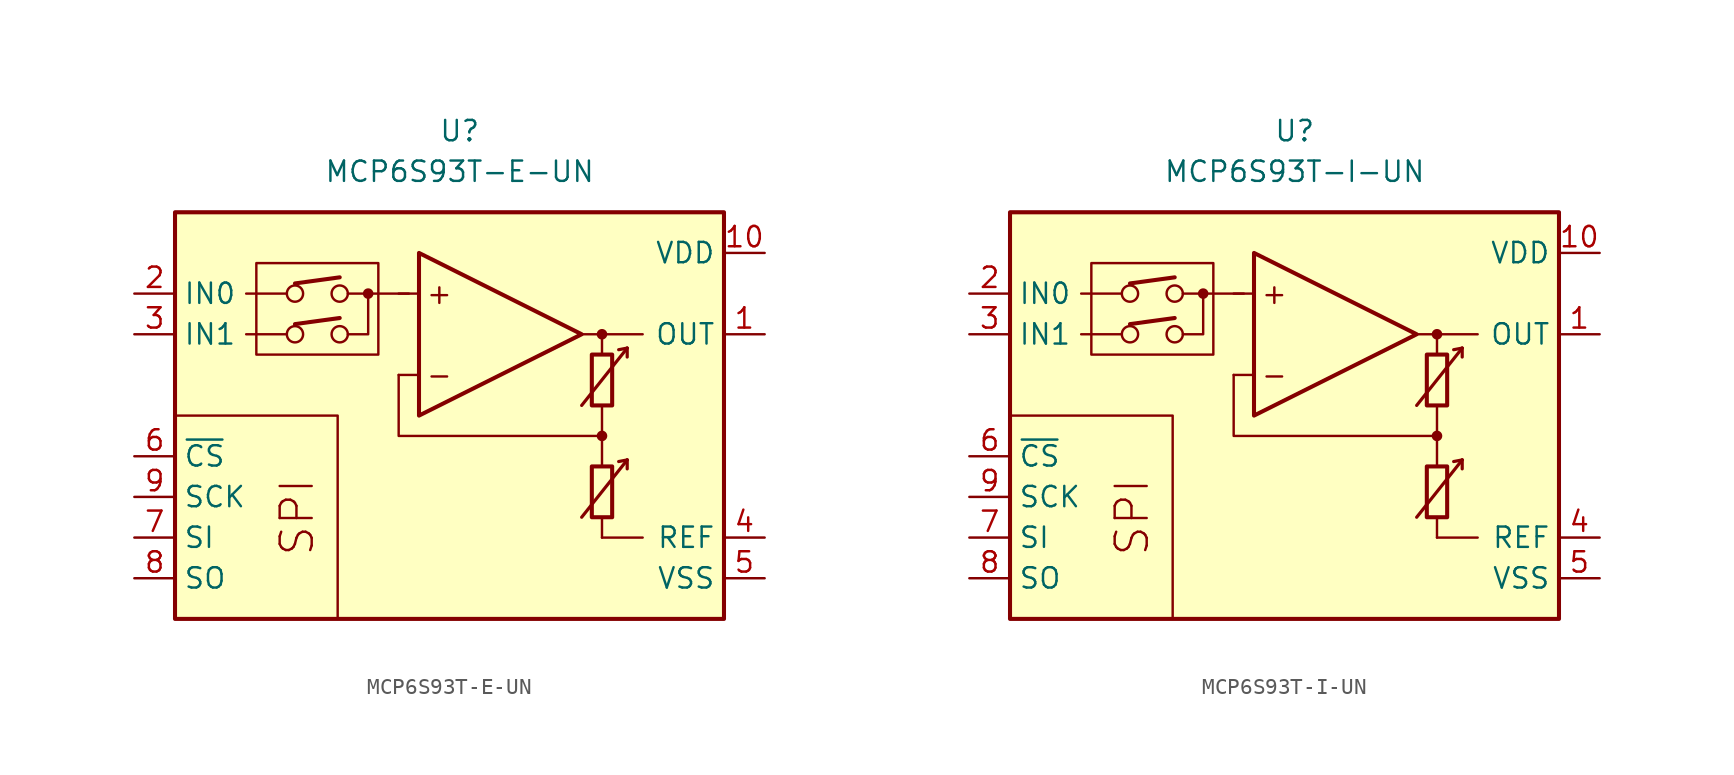
<source format=kicad_sym>
(kicad_symbol_lib
  (version 20211014)
  (generator kicad_symbol_editor)
  (symbol "MCP6S93T-E-UN"
    (property "Reference" "U"
      (at 0 17.78 0)
      (effects (font (size 1.27 1.27))))
    (property "Value" "MCP6S93T-E-UN"
      (at 0 15.24 0)
      (effects (font (size 1.27 1.27))))
    (symbol "MCP6S93T-E-UN_0_0"
      (rectangle (start -12.7 9.525) (end -5.08 3.81) (stroke (width 0.152) (type default) (color 0 0 0 0)) (fill (type none)))
      (circle (center -10.287 5.08) (radius 0.508) (stroke (width 0) (type default) (color 0 0 0 0)) (fill (type none)))
      (circle (center -10.287 7.62) (radius 0.508) (stroke (width 0) (type default) (color 0 0 0 0)) (fill (type none)))
      (circle (center -7.493 5.08) (radius 0.508) (stroke (width 0) (type default) (color 0 0 0 0)) (fill (type none)))
      (circle (center -7.493 7.62) (radius 0.508) (stroke (width 0) (type default) (color 0 0 0 0)) (fill (type none)))
      (circle (center -5.715 7.62) (radius 0.254) (stroke (width 0.152) (type default) (color 0 0 0 0)) (fill (type outline)))
      (polyline (pts (xy 8.89 -3.81)) (stroke (width 0.152) (type default) (color 0 0 0 0)) (fill (type none)))
      (polyline (pts (xy 8.89 3.81)) (stroke (width 0.152) (type default) (color 0 0 0 0)) (fill (type none)))
      (polyline (pts (xy -10.795 5.08) (xy -13.335 5.08)) (stroke (width 0.152) (type default) (color 0 0 0 0)) (fill (type none)))
      (polyline (pts (xy -10.795 7.62) (xy -13.335 7.62)) (stroke (width 0.152) (type default) (color 0 0 0 0)) (fill (type none)))
      (polyline (pts (xy -10.287 5.715) (xy -7.493 6.096)) (stroke (width 0.254) (type default) (color 0 0 0 0)) (fill (type none)))
      (polyline (pts (xy -10.287 8.255) (xy -7.493 8.636)) (stroke (width 0.254) (type default) (color 0 0 0 0)) (fill (type none)))
      (polyline (pts (xy -3.175 7.62) (xy -6.985 7.62)) (stroke (width 0.152) (type default) (color 0 0 0 0)) (fill (type none)))
      (polyline (pts (xy -2.54 2.54) (xy -3.81 2.54)) (stroke (width 0.152) (type default) (color 0 0 0 0)) (fill (type none)))
      (polyline (pts (xy -2.54 7.62) (xy -3.81 7.62)) (stroke (width 0.152) (type default) (color 0 0 0 0)) (fill (type none)))
      (polyline (pts (xy 7.62 5.08) (xy 11.43 5.08)) (stroke (width 0.152) (type default) (color 0 0 0 0)) (fill (type none)))
      (polyline (pts (xy 8.89 -6.35) (xy 8.89 -7.62)) (stroke (width 0.152) (type default) (color 0 0 0 0)) (fill (type none)))
      (polyline (pts (xy 8.89 -1.27) (xy 8.89 -3.175)) (stroke (width 0.152) (type default) (color 0 0 0 0)) (fill (type none)))
      (polyline (pts (xy 8.89 0.635) (xy 8.89 -1.27)) (stroke (width 0.152) (type default) (color 0 0 0 0)) (fill (type none)))
      (polyline (pts (xy 8.89 5.08) (xy 8.89 3.81)) (stroke (width 0.152) (type default) (color 0 0 0 0)) (fill (type none)))
      (polyline (pts (xy -7.62 -12.7) (xy -7.62 0) (xy -17.78 0)) (stroke (width 0.152) (type default) (color 0 0 0 0)) (fill (type none)))
      (polyline (pts (xy -6.985 5.08) (xy -5.715 5.08) (xy -5.715 7.62)) (stroke (width 0.152) (type default) (color 0 0 0 0)) (fill (type none)))
      (polyline (pts (xy 8.89 -1.27) (xy -3.81 -1.27) (xy -3.81 2.54)) (stroke (width 0.152) (type default) (color 0 0 0 0)) (fill (type none)))
      (circle (center 8.89 -1.27) (radius 0.254) (stroke (width 0.152) (type default) (color 0 0 0 0)) (fill (type outline)))
      (circle (center 8.89 5.08) (radius 0.254) (stroke (width 0.152) (type default) (color 0 0 0 0)) (fill (type outline)))
      (text "+" (at -1.27 7.62 0) (effects (font (size 1.27 1.27))))
      (text "-" (at -1.27 2.54 0) (effects (font (size 1.27 1.27))))
      (text "SPI" (at -10.16 -6.35 900) (effects (font (size 2 2)))))
    (symbol "MCP6S93T-E-UN_0_1"
      (rectangle (start -17.78 12.7) (end 16.51 -12.7) (stroke (width 0.254) (type default) (color 0 0 0 0)) (fill (type background)))
      (polyline (pts (xy 8.89 -7.62) (xy 11.43 -7.62)) (stroke (width 0.152) (type default) (color 0 0 0 0)) (fill (type none)))
      (polyline (pts (xy 10.465 -2.769) (xy 9.931 -2.87)) (stroke (width 0.2) (type default) (color 0 0 0 0)) (fill (type none)))
      (polyline (pts (xy 10.465 -2.769) (xy 10.465 -3.327)) (stroke (width 0.2) (type default) (color 0 0 0 0)) (fill (type none)))
      (polyline (pts (xy 10.465 4.216) (xy 9.931 4.115)) (stroke (width 0.2) (type default) (color 0 0 0 0)) (fill (type none)))
      (polyline (pts (xy 10.465 4.216) (xy 10.465 3.658)) (stroke (width 0.2) (type default) (color 0 0 0 0)) (fill (type none)))
      (polyline (pts (xy -2.54 10.16) (xy -2.54 0) (xy 7.62 5.08) (xy -2.54 10.16)) (stroke (width 0.254) (type default) (color 0 0 0 0)) (fill (type background)))
      (polyline (pts (xy 7.62 -6.35) (xy 10.465 -2.769) (xy 10.465 -2.769) (xy 10.465 -2.769)) (stroke (width 0.2) (type default) (color 0 0 0 0)) (fill (type none)))
      (polyline (pts (xy 7.62 0.635) (xy 10.465 4.216) (xy 10.465 4.216) (xy 10.465 4.216)) (stroke (width 0.2) (type default) (color 0 0 0 0)) (fill (type none)))
      (rectangle (start 8.255 -3.175) (end 9.525 -6.35) (stroke (width 0.254) (type default) (color 0 0 0 0)) (fill (type none)))
      (rectangle (start 8.255 3.81) (end 9.525 0.635) (stroke (width 0.254) (type default) (color 0 0 0 0)) (fill (type none))))
    (symbol "MCP6S93T-E-UN_1_1"
      (pin output line (at 19.05 5.08 180) (length 2.54) (name "OUT" (effects (font (size 1.27 1.27)))) (number "1" (effects (font (size 1.27 1.27)))))
      (pin power_in line (at 19.05 10.16 180) (length 2.54) (name "VDD" (effects (font (size 1.27 1.27)))) (number "10" (effects (font (size 1.27 1.27)))))
      (pin input line (at -20.32 7.62 0) (length 2.54) (name "IN0" (effects (font (size 1.27 1.27)))) (number "2" (effects (font (size 1.27 1.27)))))
      (pin input line (at -20.32 5.08 0) (length 2.54) (name "IN1" (effects (font (size 1.27 1.27)))) (number "3" (effects (font (size 1.27 1.27)))))
      (pin passive line (at 19.05 -7.62 180) (length 2.54) (name "REF" (effects (font (size 1.27 1.27)))) (number "4" (effects (font (size 1.27 1.27)))))
      (pin power_in line (at 19.05 -10.16 180) (length 2.54) (name "VSS" (effects (font (size 1.27 1.27)))) (number "5" (effects (font (size 1.27 1.27)))))
      (pin input line (at -20.32 -2.54 0) (length 2.54) (name "~{CS}" (effects (font (size 1.27 1.27)))) (number "6" (effects (font (size 1.27 1.27)))))
      (pin input line (at -20.32 -7.62 0) (length 2.54) (name "SI" (effects (font (size 1.27 1.27)))) (number "7" (effects (font (size 1.27 1.27)))))
      (pin input line (at -20.32 -10.16 0) (length 2.54) (name "SO" (effects (font (size 1.27 1.27)))) (number "8" (effects (font (size 1.27 1.27)))))
      (pin input line (at -20.32 -5.08 0) (length 2.54) (name "SCK" (effects (font (size 1.27 1.27)))) (number "9" (effects (font (size 1.27 1.27)))))))
  (symbol "MCP6S93T-I-UN"
    (property "Reference" "U"
      (at 0 17.78 0)
      (effects (font (size 1.27 1.27))))
    (property "Value" "MCP6S93T-I-UN"
      (at 0 15.24 0)
      (effects (font (size 1.27 1.27))))
    (symbol "MCP6S93T-I-UN_0_0"
      (rectangle (start -17.78 12.7) (end 16.51 -12.7) (stroke (width 0.254) (type default) (color 0 0 0 0)) (fill (type background)))
      (rectangle (start -12.7 9.525) (end -5.08 3.81) (stroke (width 0.152) (type default) (color 0 0 0 0)) (fill (type none)))
      (circle (center -10.287 5.08) (radius 0.508) (stroke (width 0) (type default) (color 0 0 0 0)) (fill (type none)))
      (circle (center -10.287 7.62) (radius 0.508) (stroke (width 0) (type default) (color 0 0 0 0)) (fill (type none)))
      (circle (center -7.493 5.08) (radius 0.508) (stroke (width 0) (type default) (color 0 0 0 0)) (fill (type none)))
      (circle (center -7.493 7.62) (radius 0.508) (stroke (width 0) (type default) (color 0 0 0 0)) (fill (type none)))
      (circle (center -5.715 7.62) (radius 0.254) (stroke (width 0.152) (type default) (color 0 0 0 0)) (fill (type outline)))
      (polyline (pts (xy 8.89 -3.81)) (stroke (width 0.152) (type default) (color 0 0 0 0)) (fill (type none)))
      (polyline (pts (xy 8.89 3.81)) (stroke (width 0.152) (type default) (color 0 0 0 0)) (fill (type none)))
      (polyline (pts (xy -10.795 5.08) (xy -13.335 5.08)) (stroke (width 0.152) (type default) (color 0 0 0 0)) (fill (type none)))
      (polyline (pts (xy -10.795 7.62) (xy -13.335 7.62)) (stroke (width 0.152) (type default) (color 0 0 0 0)) (fill (type none)))
      (polyline (pts (xy -10.287 5.715) (xy -7.493 6.096)) (stroke (width 0.254) (type default) (color 0 0 0 0)) (fill (type none)))
      (polyline (pts (xy -10.287 8.255) (xy -7.493 8.636)) (stroke (width 0.254) (type default) (color 0 0 0 0)) (fill (type none)))
      (polyline (pts (xy -3.175 7.62) (xy -6.985 7.62)) (stroke (width 0.152) (type default) (color 0 0 0 0)) (fill (type none)))
      (polyline (pts (xy -2.54 2.54) (xy -3.81 2.54)) (stroke (width 0.152) (type default) (color 0 0 0 0)) (fill (type none)))
      (polyline (pts (xy -2.54 7.62) (xy -3.81 7.62)) (stroke (width 0.152) (type default) (color 0 0 0 0)) (fill (type none)))
      (polyline (pts (xy 7.62 5.08) (xy 11.43 5.08)) (stroke (width 0.152) (type default) (color 0 0 0 0)) (fill (type none)))
      (polyline (pts (xy 8.89 -6.35) (xy 8.89 -7.62)) (stroke (width 0.152) (type default) (color 0 0 0 0)) (fill (type none)))
      (polyline (pts (xy 8.89 -1.27) (xy 8.89 -3.175)) (stroke (width 0.152) (type default) (color 0 0 0 0)) (fill (type none)))
      (polyline (pts (xy 8.89 0.635) (xy 8.89 -1.27)) (stroke (width 0.152) (type default) (color 0 0 0 0)) (fill (type none)))
      (polyline (pts (xy 8.89 5.08) (xy 8.89 3.81)) (stroke (width 0.152) (type default) (color 0 0 0 0)) (fill (type none)))
      (polyline (pts (xy -7.62 -12.7) (xy -7.62 0) (xy -17.78 0)) (stroke (width 0.152) (type default) (color 0 0 0 0)) (fill (type none)))
      (polyline (pts (xy -6.985 5.08) (xy -5.715 5.08) (xy -5.715 7.62)) (stroke (width 0.152) (type default) (color 0 0 0 0)) (fill (type none)))
      (polyline (pts (xy 8.89 -1.27) (xy -3.81 -1.27) (xy -3.81 2.54)) (stroke (width 0.152) (type default) (color 0 0 0 0)) (fill (type none)))
      (circle (center 8.89 -1.27) (radius 0.254) (stroke (width 0.152) (type default) (color 0 0 0 0)) (fill (type outline)))
      (circle (center 8.89 5.08) (radius 0.254) (stroke (width 0.152) (type default) (color 0 0 0 0)) (fill (type outline)))
      (text "+" (at -1.27 7.62 0) (effects (font (size 1.27 1.27))))
      (text "-" (at -1.27 2.54 0) (effects (font (size 1.27 1.27))))
      (text "SPI" (at -10.16 -6.35 900) (effects (font (size 2 2)))))
    (symbol "MCP6S93T-I-UN_0_1"
      (polyline (pts (xy 8.89 -7.62) (xy 11.43 -7.62)) (stroke (width 0.152) (type default) (color 0 0 0 0)) (fill (type none)))
      (polyline (pts (xy 10.465 -2.769) (xy 9.931 -2.87)) (stroke (width 0.2) (type default) (color 0 0 0 0)) (fill (type none)))
      (polyline (pts (xy 10.465 -2.769) (xy 10.465 -3.327)) (stroke (width 0.2) (type default) (color 0 0 0 0)) (fill (type none)))
      (polyline (pts (xy 10.465 4.216) (xy 9.931 4.115)) (stroke (width 0.2) (type default) (color 0 0 0 0)) (fill (type none)))
      (polyline (pts (xy 10.465 4.216) (xy 10.465 3.658)) (stroke (width 0.2) (type default) (color 0 0 0 0)) (fill (type none)))
      (polyline (pts (xy -2.54 10.16) (xy -2.54 0) (xy 7.62 5.08) (xy -2.54 10.16)) (stroke (width 0.254) (type default) (color 0 0 0 0)) (fill (type background)))
      (polyline (pts (xy 7.62 -6.35) (xy 10.465 -2.769) (xy 10.465 -2.769) (xy 10.465 -2.769)) (stroke (width 0.2) (type default) (color 0 0 0 0)) (fill (type none)))
      (polyline (pts (xy 7.62 0.635) (xy 10.465 4.216) (xy 10.465 4.216) (xy 10.465 4.216)) (stroke (width 0.2) (type default) (color 0 0 0 0)) (fill (type none)))
      (rectangle (start 8.255 -3.175) (end 9.525 -6.35) (stroke (width 0.254) (type default) (color 0 0 0 0)) (fill (type none)))
      (rectangle (start 8.255 3.81) (end 9.525 0.635) (stroke (width 0.254) (type default) (color 0 0 0 0)) (fill (type none))))
    (symbol "MCP6S93T-I-UN_1_1"
      (pin output line (at 19.05 5.08 180) (length 2.54) (name "OUT" (effects (font (size 1.27 1.27)))) (number "1" (effects (font (size 1.27 1.27)))))
      (pin power_in line (at 19.05 10.16 180) (length 2.54) (name "VDD" (effects (font (size 1.27 1.27)))) (number "10" (effects (font (size 1.27 1.27)))))
      (pin input line (at -20.32 7.62 0) (length 2.54) (name "IN0" (effects (font (size 1.27 1.27)))) (number "2" (effects (font (size 1.27 1.27)))))
      (pin input line (at -20.32 5.08 0) (length 2.54) (name "IN1" (effects (font (size 1.27 1.27)))) (number "3" (effects (font (size 1.27 1.27)))))
      (pin passive line (at 19.05 -7.62 180) (length 2.54) (name "REF" (effects (font (size 1.27 1.27)))) (number "4" (effects (font (size 1.27 1.27)))))
      (pin power_in line (at 19.05 -10.16 180) (length 2.54) (name "VSS" (effects (font (size 1.27 1.27)))) (number "5" (effects (font (size 1.27 1.27)))))
      (pin input line (at -20.32 -2.54 0) (length 2.54) (name "~{CS}" (effects (font (size 1.27 1.27)))) (number "6" (effects (font (size 1.27 1.27)))))
      (pin input line (at -20.32 -7.62 0) (length 2.54) (name "SI" (effects (font (size 1.27 1.27)))) (number "7" (effects (font (size 1.27 1.27)))))
      (pin input line (at -20.32 -10.16 0) (length 2.54) (name "SO" (effects (font (size 1.27 1.27)))) (number "8" (effects (font (size 1.27 1.27)))))
      (pin input line (at -20.32 -5.08 0) (length 2.54) (name "SCK" (effects (font (size 1.27 1.27)))) (number "9" (effects (font (size 1.27 1.27))))))))
</source>
